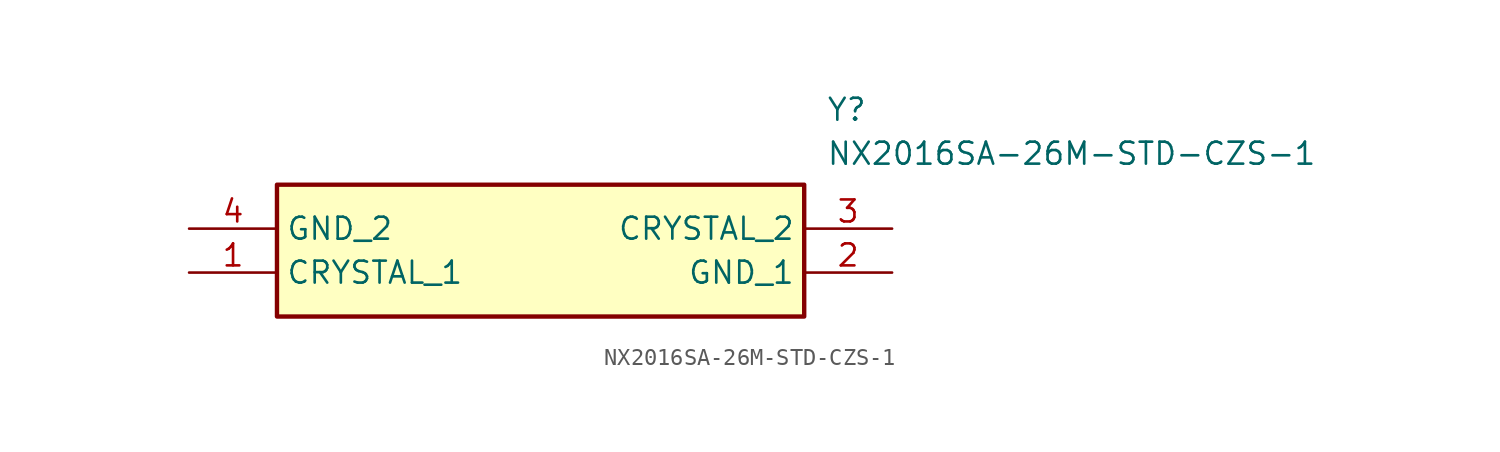
<source format=kicad_sym>
(kicad_symbol_lib
  (version 20211014)
  (generator SamacSys_ECAD_Model)
  (symbol "NX2016SA-26M-STD-CZS-1"
    (property "Reference" "Y"
      (at 36.83 7.62 0)
      (effects (font (size 1.27 1.27)) (justify left top)))
    (property "Value" "NX2016SA-26M-STD-CZS-1"
      (at 36.83 5.08 0)
      (effects (font (size 1.27 1.27)) (justify left top)))
    (rectangle
      (start 5.08 2.54)
      (end 35.56 -5.08)
      (stroke (width 0.254) (type default))
      (fill (type background)))
    (pin passive line
      (at 0 -2.54 0)
      (length 5.08)
      (name "CRYSTAL_1" (effects (font (size 1.27 1.27))))
      (number "1" (effects (font (size 1.27 1.27)))))
    (pin passive line
      (at 40.64 -2.54 180)
      (length 5.08)
      (name "GND_1" (effects (font (size 1.27 1.27))))
      (number "2" (effects (font (size 1.27 1.27)))))
    (pin passive line
      (at 40.64 0 180)
      (length 5.08)
      (name "CRYSTAL_2" (effects (font (size 1.27 1.27))))
      (number "3" (effects (font (size 1.27 1.27)))))
    (pin passive line
      (at 0 0 0)
      (length 5.08)
      (name "GND_2" (effects (font (size 1.27 1.27))))
      (number "4" (effects (font (size 1.27 1.27)))))))
</source>
